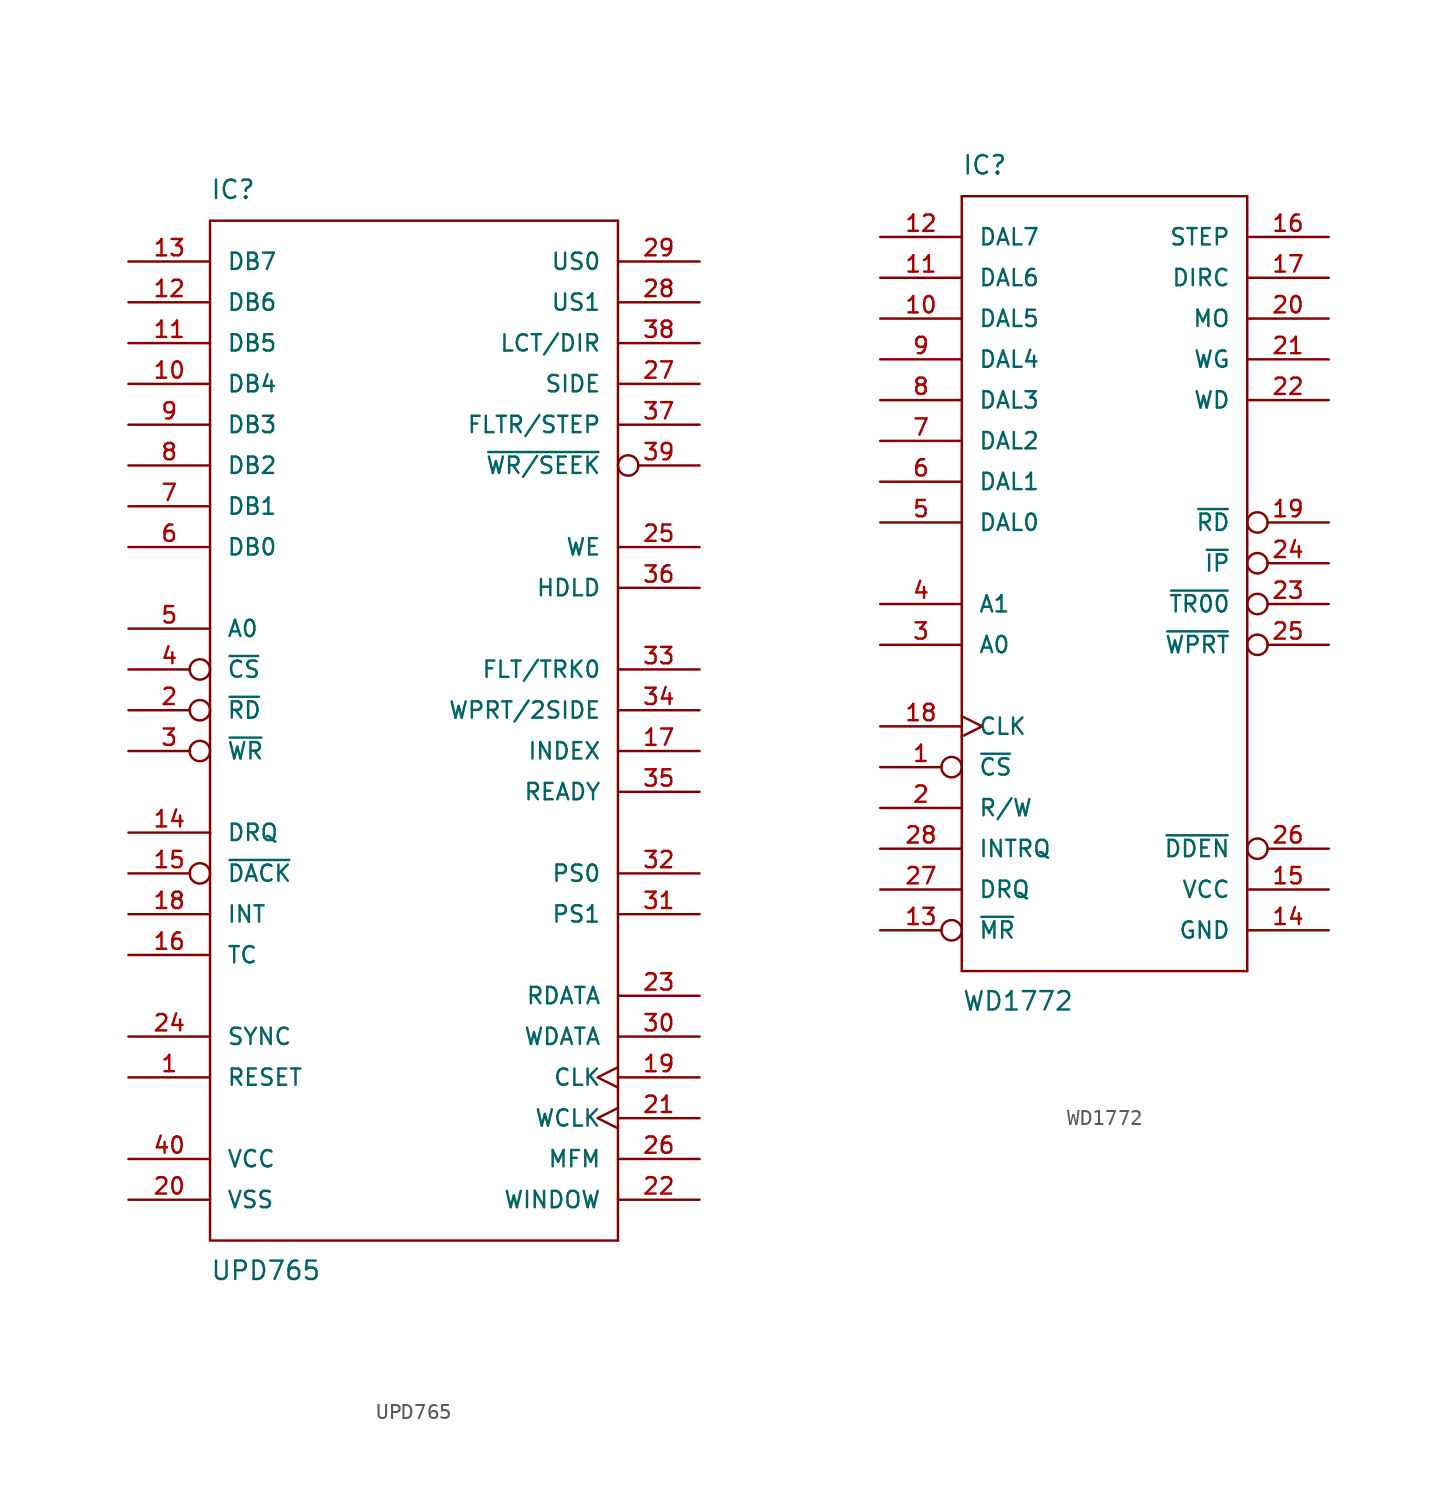
<source format=kicad_sym>
(kicad_symbol_lib
  (version 20211014)
  (generator kicad_symbol_editor)
  (symbol "UPD765"
    (pin_names
      (offset 1.016))
    (property "Reference" "IC"
      (at -12.7 31.75 0)
      (effects (font (size 1.143 1.143)) (justify left bottom)))
    (property "Value" "UPD765"
      (at -12.7 -35.56 0)
      (effects (font (size 1.143 1.143)) (justify left bottom)))
    (property "ki_locked" ""
      (at 0 0 0)
      (effects (font (size 1.27 1.27))))
    (symbol "UPD765_1_0"
      (polyline (pts (xy -12.7 -33.02) (xy 12.7 -33.02)) (stroke (width 0) (type default) (color 0 0 0 0)) (fill (type none)))
      (polyline (pts (xy -12.7 30.48) (xy -12.7 -33.02)) (stroke (width 0) (type default) (color 0 0 0 0)) (fill (type none)))
      (polyline (pts (xy 12.7 -33.02) (xy 12.7 30.48)) (stroke (width 0) (type default) (color 0 0 0 0)) (fill (type none)))
      (polyline (pts (xy 12.7 30.48) (xy -12.7 30.48)) (stroke (width 0) (type default) (color 0 0 0 0)) (fill (type none))))
    (symbol "UPD765_1_1"
      (pin input line (at -17.78 -22.86 0) (length 5.08) (name "RESET" (effects (font (size 1.016 1.016)))) (number "1" (effects (font (size 1.016 1.016)))))
      (pin bidirectional line (at -17.78 20.32 0) (length 5.08) (name "DB4" (effects (font (size 1.016 1.016)))) (number "10" (effects (font (size 1.016 1.016)))))
      (pin bidirectional line (at -17.78 22.86 0) (length 5.08) (name "DB5" (effects (font (size 1.016 1.016)))) (number "11" (effects (font (size 1.016 1.016)))))
      (pin bidirectional line (at -17.78 25.4 0) (length 5.08) (name "DB6" (effects (font (size 1.016 1.016)))) (number "12" (effects (font (size 1.016 1.016)))))
      (pin bidirectional line (at -17.78 27.94 0) (length 5.08) (name "DB7" (effects (font (size 1.016 1.016)))) (number "13" (effects (font (size 1.016 1.016)))))
      (pin output line (at -17.78 -7.62 0) (length 5.08) (name "DRQ" (effects (font (size 1.016 1.016)))) (number "14" (effects (font (size 1.016 1.016)))))
      (pin input inverted (at -17.78 -10.16 0) (length 5.08) (name "~{DACK}" (effects (font (size 1.016 1.016)))) (number "15" (effects (font (size 1.016 1.016)))))
      (pin input line (at -17.78 -15.24 0) (length 5.08) (name "TC" (effects (font (size 1.016 1.016)))) (number "16" (effects (font (size 1.016 1.016)))))
      (pin input line (at 17.78 -2.54 180) (length 5.08) (name "INDEX" (effects (font (size 1.016 1.016)))) (number "17" (effects (font (size 1.016 1.016)))))
      (pin output line (at -17.78 -12.7 0) (length 5.08) (name "INT" (effects (font (size 1.016 1.016)))) (number "18" (effects (font (size 1.016 1.016)))))
      (pin input clock (at 17.78 -22.86 180) (length 5.08) (name "CLK" (effects (font (size 1.016 1.016)))) (number "19" (effects (font (size 1.016 1.016)))))
      (pin input inverted (at -17.78 0 0) (length 5.08) (name "~{RD}" (effects (font (size 1.016 1.016)))) (number "2" (effects (font (size 1.016 1.016)))))
      (pin power_in line (at -17.78 -30.48 0) (length 5.08) (name "VSS" (effects (font (size 1.016 1.016)))) (number "20" (effects (font (size 1.016 1.016)))))
      (pin input clock (at 17.78 -25.4 180) (length 5.08) (name "WCLK" (effects (font (size 1.016 1.016)))) (number "21" (effects (font (size 1.016 1.016)))))
      (pin input line (at 17.78 -30.48 180) (length 5.08) (name "WINDOW" (effects (font (size 1.016 1.016)))) (number "22" (effects (font (size 1.016 1.016)))))
      (pin input line (at 17.78 -17.78 180) (length 5.08) (name "RDATA" (effects (font (size 1.016 1.016)))) (number "23" (effects (font (size 1.016 1.016)))))
      (pin output line (at -17.78 -20.32 0) (length 5.08) (name "SYNC" (effects (font (size 1.016 1.016)))) (number "24" (effects (font (size 1.016 1.016)))))
      (pin output line (at 17.78 10.16 180) (length 5.08) (name "WE" (effects (font (size 1.016 1.016)))) (number "25" (effects (font (size 1.016 1.016)))))
      (pin output line (at 17.78 -27.94 180) (length 5.08) (name "MFM" (effects (font (size 1.016 1.016)))) (number "26" (effects (font (size 1.016 1.016)))))
      (pin output line (at 17.78 20.32 180) (length 5.08) (name "SIDE" (effects (font (size 1.016 1.016)))) (number "27" (effects (font (size 1.016 1.016)))))
      (pin output line (at 17.78 25.4 180) (length 5.08) (name "US1" (effects (font (size 1.016 1.016)))) (number "28" (effects (font (size 1.016 1.016)))))
      (pin output line (at 17.78 27.94 180) (length 5.08) (name "US0" (effects (font (size 1.016 1.016)))) (number "29" (effects (font (size 1.016 1.016)))))
      (pin input inverted (at -17.78 -2.54 0) (length 5.08) (name "~{WR}" (effects (font (size 1.016 1.016)))) (number "3" (effects (font (size 1.016 1.016)))))
      (pin output line (at 17.78 -20.32 180) (length 5.08) (name "WDATA" (effects (font (size 1.016 1.016)))) (number "30" (effects (font (size 1.016 1.016)))))
      (pin output line (at 17.78 -12.7 180) (length 5.08) (name "PS1" (effects (font (size 1.016 1.016)))) (number "31" (effects (font (size 1.016 1.016)))))
      (pin output line (at 17.78 -10.16 180) (length 5.08) (name "PS0" (effects (font (size 1.016 1.016)))) (number "32" (effects (font (size 1.016 1.016)))))
      (pin input line (at 17.78 2.54 180) (length 5.08) (name "FLT/TRK0" (effects (font (size 1.016 1.016)))) (number "33" (effects (font (size 1.016 1.016)))))
      (pin input line (at 17.78 0 180) (length 5.08) (name "WPRT/2SIDE" (effects (font (size 1.016 1.016)))) (number "34" (effects (font (size 1.016 1.016)))))
      (pin input line (at 17.78 -5.08 180) (length 5.08) (name "READY" (effects (font (size 1.016 1.016)))) (number "35" (effects (font (size 1.016 1.016)))))
      (pin output line (at 17.78 7.62 180) (length 5.08) (name "HDLD" (effects (font (size 1.016 1.016)))) (number "36" (effects (font (size 1.016 1.016)))))
      (pin output line (at 17.78 17.78 180) (length 5.08) (name "FLTR/STEP" (effects (font (size 1.016 1.016)))) (number "37" (effects (font (size 1.016 1.016)))))
      (pin output line (at 17.78 22.86 180) (length 5.08) (name "LCT/DIR" (effects (font (size 1.016 1.016)))) (number "38" (effects (font (size 1.016 1.016)))))
      (pin output inverted (at 17.78 15.24 180) (length 5.08) (name "~{WR/SEEK}" (effects (font (size 1.016 1.016)))) (number "39" (effects (font (size 1.016 1.016)))))
      (pin input inverted (at -17.78 2.54 0) (length 5.08) (name "~{CS}" (effects (font (size 1.016 1.016)))) (number "4" (effects (font (size 1.016 1.016)))))
      (pin power_in line (at -17.78 -27.94 0) (length 5.08) (name "VCC" (effects (font (size 1.016 1.016)))) (number "40" (effects (font (size 1.016 1.016)))))
      (pin input line (at -17.78 5.08 0) (length 5.08) (name "A0" (effects (font (size 1.016 1.016)))) (number "5" (effects (font (size 1.016 1.016)))))
      (pin bidirectional line (at -17.78 10.16 0) (length 5.08) (name "DB0" (effects (font (size 1.016 1.016)))) (number "6" (effects (font (size 1.016 1.016)))))
      (pin bidirectional line (at -17.78 12.7 0) (length 5.08) (name "DB1" (effects (font (size 1.016 1.016)))) (number "7" (effects (font (size 1.016 1.016)))))
      (pin bidirectional line (at -17.78 15.24 0) (length 5.08) (name "DB2" (effects (font (size 1.016 1.016)))) (number "8" (effects (font (size 1.016 1.016)))))
      (pin bidirectional line (at -17.78 17.78 0) (length 5.08) (name "DB3" (effects (font (size 1.016 1.016)))) (number "9" (effects (font (size 1.016 1.016)))))))
  (symbol "WD1772"
    (pin_names
      (offset 1.016))
    (property "Reference" "IC"
      (at -7.62 24.13 0)
      (effects (font (size 1.143 1.143)) (justify left bottom)))
    (property "Value" "WD1772"
      (at -7.62 -27.94 0)
      (effects (font (size 1.143 1.143)) (justify left bottom)))
    (property "ki_locked" ""
      (at 0 0 0)
      (effects (font (size 1.27 1.27))))
    (symbol "WD1772_1_0"
      (polyline (pts (xy -7.62 -25.4) (xy -7.62 22.86)) (stroke (width 0) (type default) (color 0 0 0 0)) (fill (type none)))
      (polyline (pts (xy -7.62 22.86) (xy 10.16 22.86)) (stroke (width 0) (type default) (color 0 0 0 0)) (fill (type none)))
      (polyline (pts (xy 10.16 -25.4) (xy -7.62 -25.4)) (stroke (width 0) (type default) (color 0 0 0 0)) (fill (type none)))
      (polyline (pts (xy 10.16 22.86) (xy 10.16 -25.4)) (stroke (width 0) (type default) (color 0 0 0 0)) (fill (type none))))
    (symbol "WD1772_1_1"
      (pin input inverted (at -12.7 -12.7 0) (length 5.08) (name "~{CS}" (effects (font (size 1.016 1.016)))) (number "1" (effects (font (size 1.016 1.016)))))
      (pin bidirectional line (at -12.7 15.24 0) (length 5.08) (name "DAL5" (effects (font (size 1.016 1.016)))) (number "10" (effects (font (size 1.016 1.016)))))
      (pin bidirectional line (at -12.7 17.78 0) (length 5.08) (name "DAL6" (effects (font (size 1.016 1.016)))) (number "11" (effects (font (size 1.016 1.016)))))
      (pin bidirectional line (at -12.7 20.32 0) (length 5.08) (name "DAL7" (effects (font (size 1.016 1.016)))) (number "12" (effects (font (size 1.016 1.016)))))
      (pin input inverted (at -12.7 -22.86 0) (length 5.08) (name "~{MR}" (effects (font (size 1.016 1.016)))) (number "13" (effects (font (size 1.016 1.016)))))
      (pin power_in line (at 15.24 -22.86 180) (length 5.08) (name "GND" (effects (font (size 1.016 1.016)))) (number "14" (effects (font (size 1.016 1.016)))))
      (pin power_in line (at 15.24 -20.32 180) (length 5.08) (name "VCC" (effects (font (size 1.016 1.016)))) (number "15" (effects (font (size 1.016 1.016)))))
      (pin output line (at 15.24 20.32 180) (length 5.08) (name "STEP" (effects (font (size 1.016 1.016)))) (number "16" (effects (font (size 1.016 1.016)))))
      (pin output line (at 15.24 17.78 180) (length 5.08) (name "DIRC" (effects (font (size 1.016 1.016)))) (number "17" (effects (font (size 1.016 1.016)))))
      (pin input clock (at -12.7 -10.16 0) (length 5.08) (name "CLK" (effects (font (size 1.016 1.016)))) (number "18" (effects (font (size 1.016 1.016)))))
      (pin input inverted (at 15.24 2.54 180) (length 5.08) (name "~{RD}" (effects (font (size 1.016 1.016)))) (number "19" (effects (font (size 1.016 1.016)))))
      (pin input line (at -12.7 -15.24 0) (length 5.08) (name "R/W" (effects (font (size 1.016 1.016)))) (number "2" (effects (font (size 1.016 1.016)))))
      (pin output line (at 15.24 15.24 180) (length 5.08) (name "MO" (effects (font (size 1.016 1.016)))) (number "20" (effects (font (size 1.016 1.016)))))
      (pin output line (at 15.24 12.7 180) (length 5.08) (name "WG" (effects (font (size 1.016 1.016)))) (number "21" (effects (font (size 1.016 1.016)))))
      (pin output line (at 15.24 10.16 180) (length 5.08) (name "WD" (effects (font (size 1.016 1.016)))) (number "22" (effects (font (size 1.016 1.016)))))
      (pin input inverted (at 15.24 -2.54 180) (length 5.08) (name "~{TR00}" (effects (font (size 1.016 1.016)))) (number "23" (effects (font (size 1.016 1.016)))))
      (pin input inverted (at 15.24 0 180) (length 5.08) (name "~{IP}" (effects (font (size 1.016 1.016)))) (number "24" (effects (font (size 1.016 1.016)))))
      (pin input inverted (at 15.24 -5.08 180) (length 5.08) (name "~{WPRT}" (effects (font (size 1.016 1.016)))) (number "25" (effects (font (size 1.016 1.016)))))
      (pin input inverted (at 15.24 -17.78 180) (length 5.08) (name "~{DDEN}" (effects (font (size 1.016 1.016)))) (number "26" (effects (font (size 1.016 1.016)))))
      (pin output line (at -12.7 -20.32 0) (length 5.08) (name "DRQ" (effects (font (size 1.016 1.016)))) (number "27" (effects (font (size 1.016 1.016)))))
      (pin output line (at -12.7 -17.78 0) (length 5.08) (name "INTRQ" (effects (font (size 1.016 1.016)))) (number "28" (effects (font (size 1.016 1.016)))))
      (pin input line (at -12.7 -5.08 0) (length 5.08) (name "A0" (effects (font (size 1.016 1.016)))) (number "3" (effects (font (size 1.016 1.016)))))
      (pin input line (at -12.7 -2.54 0) (length 5.08) (name "A1" (effects (font (size 1.016 1.016)))) (number "4" (effects (font (size 1.016 1.016)))))
      (pin bidirectional line (at -12.7 2.54 0) (length 5.08) (name "DAL0" (effects (font (size 1.016 1.016)))) (number "5" (effects (font (size 1.016 1.016)))))
      (pin bidirectional line (at -12.7 5.08 0) (length 5.08) (name "DAL1" (effects (font (size 1.016 1.016)))) (number "6" (effects (font (size 1.016 1.016)))))
      (pin bidirectional line (at -12.7 7.62 0) (length 5.08) (name "DAL2" (effects (font (size 1.016 1.016)))) (number "7" (effects (font (size 1.016 1.016)))))
      (pin bidirectional line (at -12.7 10.16 0) (length 5.08) (name "DAL3" (effects (font (size 1.016 1.016)))) (number "8" (effects (font (size 1.016 1.016)))))
      (pin bidirectional line (at -12.7 12.7 0) (length 5.08) (name "DAL4" (effects (font (size 1.016 1.016)))) (number "9" (effects (font (size 1.016 1.016))))))))
</source>
